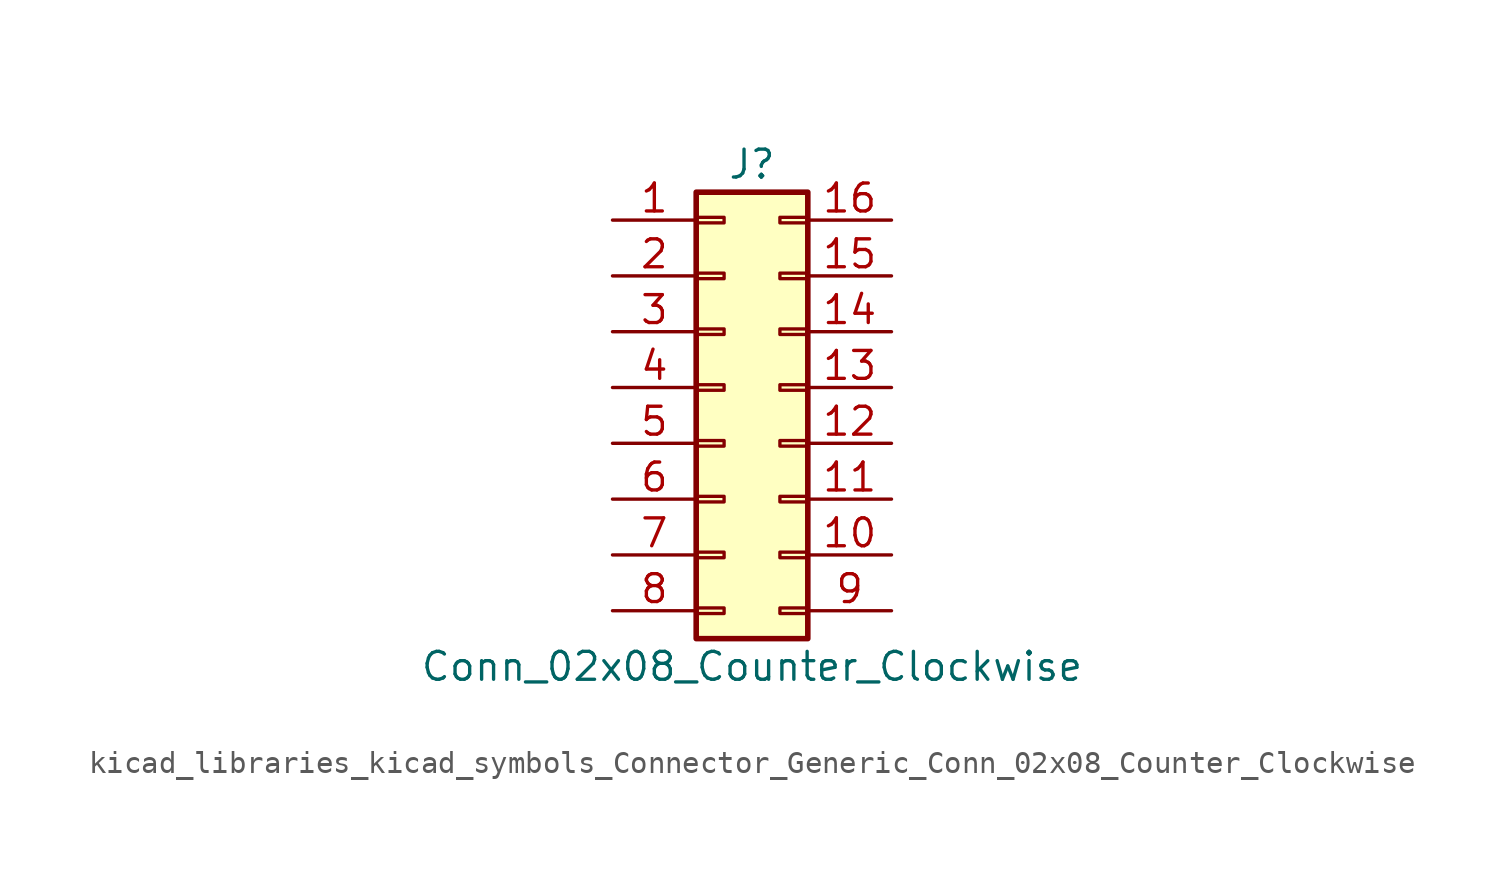
<source format=kicad_sym>
(kicad_symbol_lib
  (version 20220914)
  (generator kicad_symbol_editor)
  (symbol "kicad_libraries_kicad_symbols_Connector_Generic_Conn_02x08_Counter_Clockwise"
    (pin_names
      (offset 1.016) hide)
    (property "Reference" "J"
      (at 1.27 10.16 0)
      (effects (font (size 1.27 1.27))))
    (property "Value" "Conn_02x08_Counter_Clockwise"
      (at 1.27 -12.7 0)
      (effects (font (size 1.27 1.27))))
    (symbol "kicad_libraries_kicad_symbols_Connector_Generic_Conn_02x08_Counter_Clockwise_1_1"
      (rectangle (start -1.27 -10.033) (end 0 -10.287) (stroke (width 0.152) (type default)) (fill (type none)))
      (rectangle (start -1.27 -7.493) (end 0 -7.747) (stroke (width 0.152) (type default)) (fill (type none)))
      (rectangle (start -1.27 -4.953) (end 0 -5.207) (stroke (width 0.152) (type default)) (fill (type none)))
      (rectangle (start -1.27 -2.413) (end 0 -2.667) (stroke (width 0.152) (type default)) (fill (type none)))
      (rectangle (start -1.27 0.127) (end 0 -0.127) (stroke (width 0.152) (type default)) (fill (type none)))
      (rectangle (start -1.27 2.667) (end 0 2.413) (stroke (width 0.152) (type default)) (fill (type none)))
      (rectangle (start -1.27 5.207) (end 0 4.953) (stroke (width 0.152) (type default)) (fill (type none)))
      (rectangle (start -1.27 7.747) (end 0 7.493) (stroke (width 0.152) (type default)) (fill (type none)))
      (rectangle (start -1.27 8.89) (end 3.81 -11.43) (stroke (width 0.254) (type default)) (fill (type background)))
      (rectangle (start 3.81 -10.033) (end 2.54 -10.287) (stroke (width 0.152) (type default)) (fill (type none)))
      (rectangle (start 3.81 -7.493) (end 2.54 -7.747) (stroke (width 0.152) (type default)) (fill (type none)))
      (rectangle (start 3.81 -4.953) (end 2.54 -5.207) (stroke (width 0.152) (type default)) (fill (type none)))
      (rectangle (start 3.81 -2.413) (end 2.54 -2.667) (stroke (width 0.152) (type default)) (fill (type none)))
      (rectangle (start 3.81 0.127) (end 2.54 -0.127) (stroke (width 0.152) (type default)) (fill (type none)))
      (rectangle (start 3.81 2.667) (end 2.54 2.413) (stroke (width 0.152) (type default)) (fill (type none)))
      (rectangle (start 3.81 5.207) (end 2.54 4.953) (stroke (width 0.152) (type default)) (fill (type none)))
      (rectangle (start 3.81 7.747) (end 2.54 7.493) (stroke (width 0.152) (type default)) (fill (type none)))
      (pin passive line (at -5.08 7.62 0) (length 3.81) (name "Pin_1" (effects (font (size 1.27 1.27)))) (number "1" (effects (font (size 1.27 1.27)))))
      (pin passive line (at 7.62 -7.62 180) (length 3.81) (name "Pin_10" (effects (font (size 1.27 1.27)))) (number "10" (effects (font (size 1.27 1.27)))))
      (pin passive line (at 7.62 -5.08 180) (length 3.81) (name "Pin_11" (effects (font (size 1.27 1.27)))) (number "11" (effects (font (size 1.27 1.27)))))
      (pin passive line (at 7.62 -2.54 180) (length 3.81) (name "Pin_12" (effects (font (size 1.27 1.27)))) (number "12" (effects (font (size 1.27 1.27)))))
      (pin passive line (at 7.62 0 180) (length 3.81) (name "Pin_13" (effects (font (size 1.27 1.27)))) (number "13" (effects (font (size 1.27 1.27)))))
      (pin passive line (at 7.62 2.54 180) (length 3.81) (name "Pin_14" (effects (font (size 1.27 1.27)))) (number "14" (effects (font (size 1.27 1.27)))))
      (pin passive line (at 7.62 5.08 180) (length 3.81) (name "Pin_15" (effects (font (size 1.27 1.27)))) (number "15" (effects (font (size 1.27 1.27)))))
      (pin passive line (at 7.62 7.62 180) (length 3.81) (name "Pin_16" (effects (font (size 1.27 1.27)))) (number "16" (effects (font (size 1.27 1.27)))))
      (pin passive line (at -5.08 5.08 0) (length 3.81) (name "Pin_2" (effects (font (size 1.27 1.27)))) (number "2" (effects (font (size 1.27 1.27)))))
      (pin passive line (at -5.08 2.54 0) (length 3.81) (name "Pin_3" (effects (font (size 1.27 1.27)))) (number "3" (effects (font (size 1.27 1.27)))))
      (pin passive line (at -5.08 0 0) (length 3.81) (name "Pin_4" (effects (font (size 1.27 1.27)))) (number "4" (effects (font (size 1.27 1.27)))))
      (pin passive line (at -5.08 -2.54 0) (length 3.81) (name "Pin_5" (effects (font (size 1.27 1.27)))) (number "5" (effects (font (size 1.27 1.27)))))
      (pin passive line (at -5.08 -5.08 0) (length 3.81) (name "Pin_6" (effects (font (size 1.27 1.27)))) (number "6" (effects (font (size 1.27 1.27)))))
      (pin passive line (at -5.08 -7.62 0) (length 3.81) (name "Pin_7" (effects (font (size 1.27 1.27)))) (number "7" (effects (font (size 1.27 1.27)))))
      (pin passive line (at -5.08 -10.16 0) (length 3.81) (name "Pin_8" (effects (font (size 1.27 1.27)))) (number "8" (effects (font (size 1.27 1.27)))))
      (pin passive line (at 7.62 -10.16 180) (length 3.81) (name "Pin_9" (effects (font (size 1.27 1.27)))) (number "9" (effects (font (size 1.27 1.27))))))))
</source>
